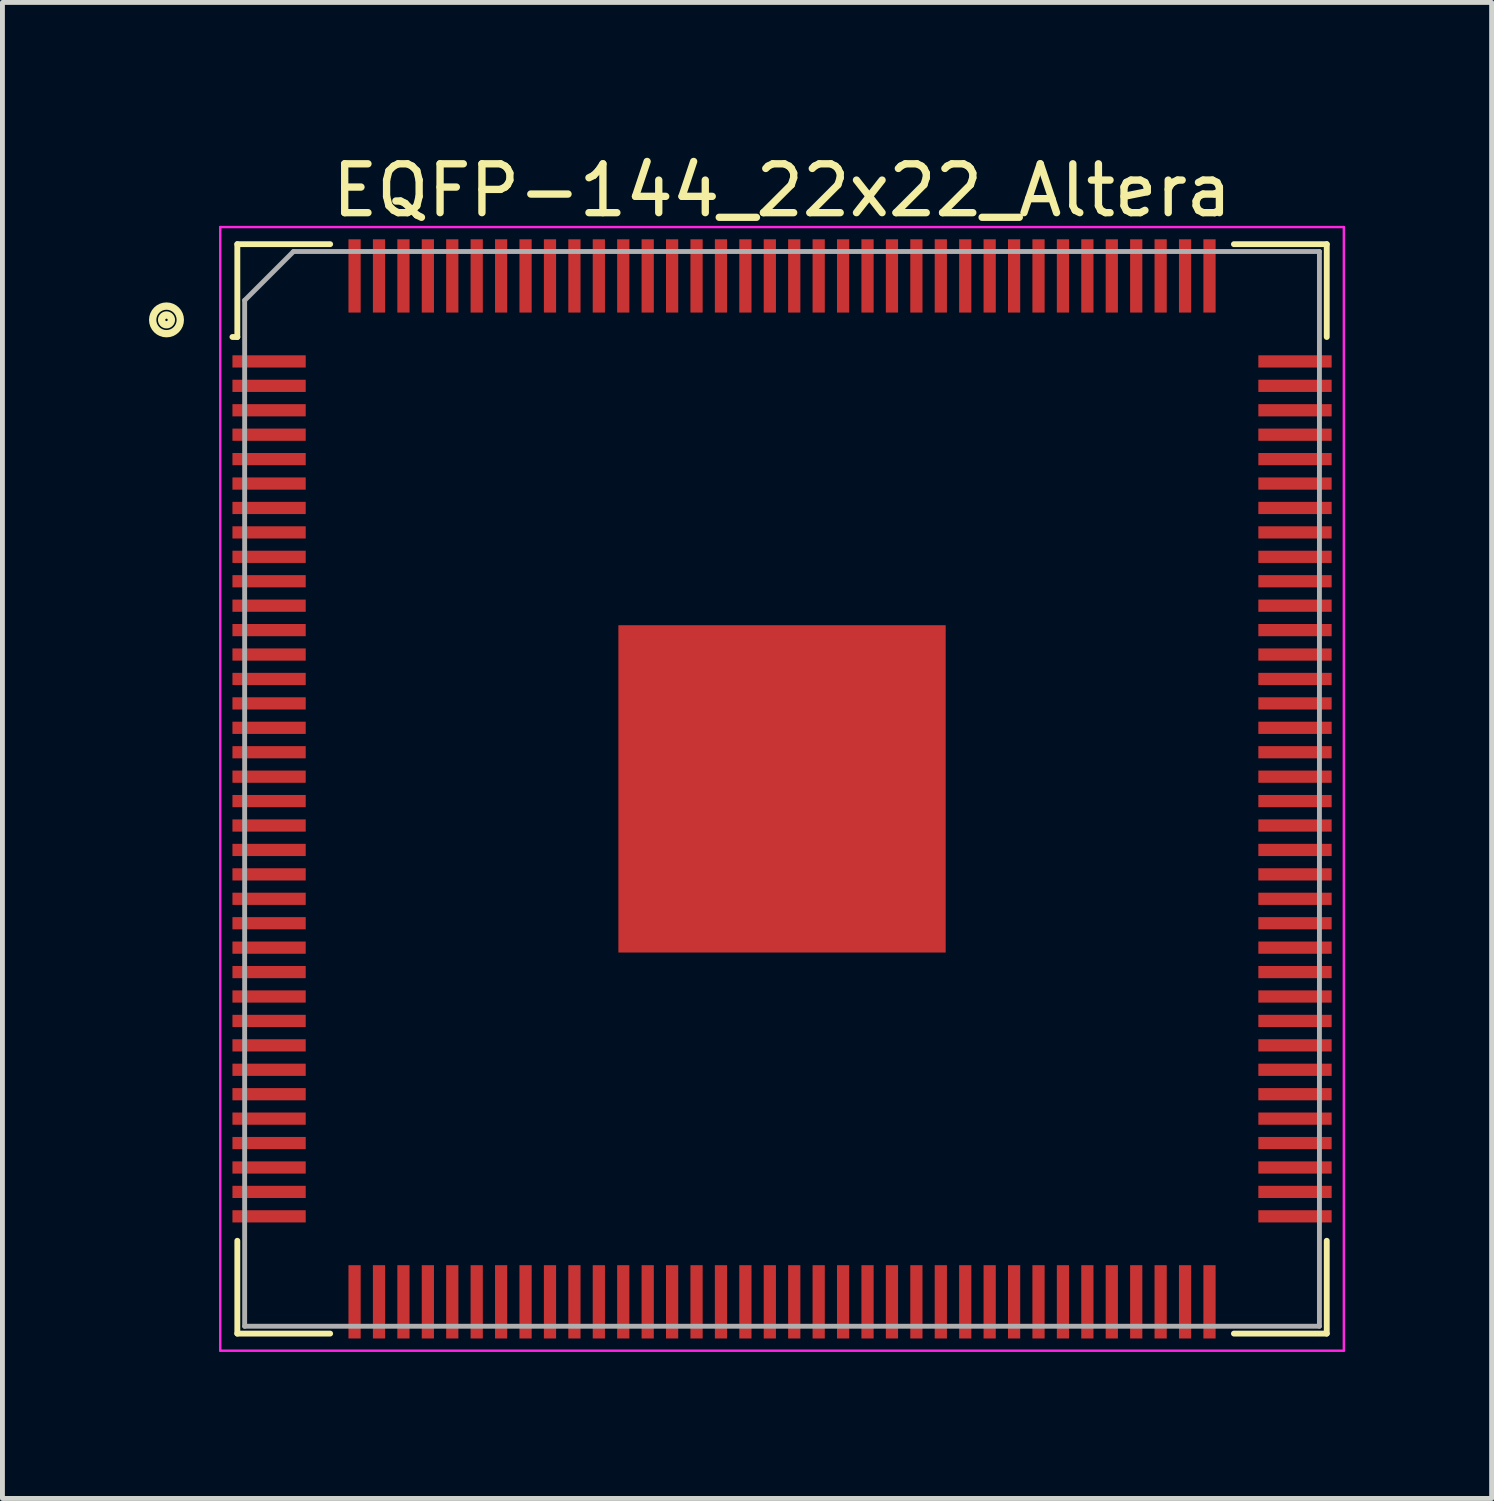
<source format=kicad_pcb>
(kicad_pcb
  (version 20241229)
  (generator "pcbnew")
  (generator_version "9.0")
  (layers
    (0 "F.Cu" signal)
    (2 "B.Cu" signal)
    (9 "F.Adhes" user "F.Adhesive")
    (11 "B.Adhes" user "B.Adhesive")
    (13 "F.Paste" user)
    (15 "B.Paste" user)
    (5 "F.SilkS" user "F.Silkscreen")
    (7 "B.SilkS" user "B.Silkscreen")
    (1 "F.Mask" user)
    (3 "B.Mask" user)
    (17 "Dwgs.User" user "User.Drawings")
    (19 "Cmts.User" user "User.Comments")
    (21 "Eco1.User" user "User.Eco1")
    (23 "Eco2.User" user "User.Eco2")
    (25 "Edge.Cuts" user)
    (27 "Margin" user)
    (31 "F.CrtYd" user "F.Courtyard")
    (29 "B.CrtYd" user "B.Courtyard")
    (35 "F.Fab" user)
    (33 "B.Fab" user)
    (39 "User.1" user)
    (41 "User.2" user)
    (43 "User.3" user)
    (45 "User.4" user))
  (footprint "EQFP-144_22x22_Altera"
    (layer "F.Cu")
    (at 12.958 13.098)
    (property "Reference" "EQFP-144_22x22_Altera" (at 0 -12.25 0) (layer "F.SilkS") (effects (font (size 1 1) (thickness 0.15))))
    (attr smd)
    (fp_line (start -11.15 -11.15) (end -11.15 -9.25) (stroke (width 0.12) (type solid)) (layer "F.SilkS"))
    (fp_line (start -11.15 -9.25) (end -11.25 -9.25) (stroke (width 0.12) (type solid)) (layer "F.SilkS"))
    (fp_line (start -11.15 11.15) (end -11.15 9.25) (stroke (width 0.12) (type solid)) (layer "F.SilkS"))
    (fp_line (start -9.25 -11.15) (end -11.15 -11.15) (stroke (width 0.12) (type solid)) (layer "F.SilkS"))
    (fp_line (start -9.25 11.15) (end -11.15 11.15) (stroke (width 0.12) (type solid)) (layer "F.SilkS"))
    (fp_line (start 9.25 -11.15) (end 11.15 -11.15) (stroke (width 0.12) (type solid)) (layer "F.SilkS"))
    (fp_line (start 9.25 11.15) (end 11.15 11.15) (stroke (width 0.12) (type solid)) (layer "F.SilkS"))
    (fp_line (start 11.15 -11.15) (end 11.15 -9.25) (stroke (width 0.12) (type solid)) (layer "F.SilkS"))
    (fp_line (start 11.15 11.15) (end 11.15 9.25) (stroke (width 0.12) (type solid)) (layer "F.SilkS"))
    (fp_circle (center -12.6 -9.6) (end -12.5 -9.6) (stroke (width 0.15) (type solid)) (fill no) (layer "F.SilkS"))
    (fp_circle (center -12.6 -9.6) (end -12.4 -9.4) (stroke (width 0.15) (type solid)) (fill no) (layer "F.SilkS"))
    (fp_line (start -11.5 -11.5) (end 11.5 -11.5) (stroke (width 0.05) (type solid)) (layer "F.CrtYd"))
    (fp_line (start -11.5 11.5) (end -11.5 -11.5) (stroke (width 0.05) (type solid)) (layer "F.CrtYd"))
    (fp_line (start 11.5 -11.5) (end 11.5 11.5) (stroke (width 0.05) (type solid)) (layer "F.CrtYd"))
    (fp_line (start 11.5 11.5) (end -11.5 11.5) (stroke (width 0.05) (type solid)) (layer "F.CrtYd"))
    (fp_line (start -11 -10) (end -11 11) (stroke (width 0.1) (type solid)) (layer "F.Fab"))
    (fp_line (start -11 11) (end 11 11) (stroke (width 0.1) (type solid)) (layer "F.Fab"))
    (fp_line (start -10 -11) (end -11 -10) (stroke (width 0.1) (type solid)) (layer "F.Fab"))
    (fp_line (start 11 -11) (end -10 -11) (stroke (width 0.1) (type solid)) (layer "F.Fab"))
    (fp_line (start 11 11) (end 11 -11) (stroke (width 0.1) (type solid)) (layer "F.Fab"))
    (pad "1" smd rect (at -10.5 -8.75 90) (size 0.25 1.5) (layers "F.Cu" "F.Mask" "F.Paste"))
    (pad "2" smd rect (at -10.5 -8.25 90) (size 0.25 1.5) (layers "F.Cu" "F.Mask" "F.Paste"))
    (pad "3" smd rect (at -10.5 -7.75 90) (size 0.25 1.5) (layers "F.Cu" "F.Mask" "F.Paste"))
    (pad "4" smd rect (at -10.5 -7.25 90) (size 0.25 1.5) (layers "F.Cu" "F.Mask" "F.Paste"))
    (pad "5" smd rect (at -10.5 -6.75 90) (size 0.25 1.5) (layers "F.Cu" "F.Mask" "F.Paste"))
    (pad "6" smd rect (at -10.5 -6.25 90) (size 0.25 1.5) (layers "F.Cu" "F.Mask" "F.Paste"))
    (pad "7" smd rect (at -10.5 -5.75 90) (size 0.25 1.5) (layers "F.Cu" "F.Mask" "F.Paste"))
    (pad "8" smd rect (at -10.5 -5.25 90) (size 0.25 1.5) (layers "F.Cu" "F.Mask" "F.Paste"))
    (pad "9" smd rect (at -10.5 -4.75 90) (size 0.25 1.5) (layers "F.Cu" "F.Mask" "F.Paste"))
    (pad "10" smd rect (at -10.5 -4.25 90) (size 0.25 1.5) (layers "F.Cu" "F.Mask" "F.Paste"))
    (pad "11" smd rect (at -10.5 -3.75 90) (size 0.25 1.5) (layers "F.Cu" "F.Mask" "F.Paste"))
    (pad "12" smd rect (at -10.5 -3.25 90) (size 0.25 1.5) (layers "F.Cu" "F.Mask" "F.Paste"))
    (pad "13" smd rect (at -10.5 -2.75 90) (size 0.25 1.5) (layers "F.Cu" "F.Mask" "F.Paste"))
    (pad "14" smd rect (at -10.5 -2.25 90) (size 0.25 1.5) (layers "F.Cu" "F.Mask" "F.Paste"))
    (pad "15" smd rect (at -10.5 -1.75 90) (size 0.25 1.5) (layers "F.Cu" "F.Mask" "F.Paste"))
    (pad "16" smd rect (at -10.5 -1.25 90) (size 0.25 1.5) (layers "F.Cu" "F.Mask" "F.Paste"))
    (pad "17" smd rect (at -10.5 -0.75 90) (size 0.25 1.5) (layers "F.Cu" "F.Mask" "F.Paste"))
    (pad "18" smd rect (at -10.5 -0.25 90) (size 0.25 1.5) (layers "F.Cu" "F.Mask" "F.Paste"))
    (pad "19" smd rect (at -10.5 0.25 90) (size 0.25 1.5) (layers "F.Cu" "F.Mask" "F.Paste"))
    (pad "20" smd rect (at -10.5 0.75 90) (size 0.25 1.5) (layers "F.Cu" "F.Mask" "F.Paste"))
    (pad "21" smd rect (at -10.5 1.25 90) (size 0.25 1.5) (layers "F.Cu" "F.Mask" "F.Paste"))
    (pad "22" smd rect (at -10.5 1.75 90) (size 0.25 1.5) (layers "F.Cu" "F.Mask" "F.Paste"))
    (pad "23" smd rect (at -10.5 2.25 90) (size 0.25 1.5) (layers "F.Cu" "F.Mask" "F.Paste"))
    (pad "24" smd rect (at -10.5 2.75 90) (size 0.25 1.5) (layers "F.Cu" "F.Mask" "F.Paste"))
    (pad "25" smd rect (at -10.5 3.25 90) (size 0.25 1.5) (layers "F.Cu" "F.Mask" "F.Paste"))
    (pad "26" smd rect (at -10.5 3.75 90) (size 0.25 1.5) (layers "F.Cu" "F.Mask" "F.Paste"))
    (pad "27" smd rect (at -10.5 4.25 90) (size 0.25 1.5) (layers "F.Cu" "F.Mask" "F.Paste"))
    (pad "28" smd rect (at -10.5 4.75 90) (size 0.25 1.5) (layers "F.Cu" "F.Mask" "F.Paste"))
    (pad "29" smd rect (at -10.5 5.25 90) (size 0.25 1.5) (layers "F.Cu" "F.Mask" "F.Paste"))
    (pad "30" smd rect (at -10.5 5.75 90) (size 0.25 1.5) (layers "F.Cu" "F.Mask" "F.Paste"))
    (pad "31" smd rect (at -10.5 6.25 90) (size 0.25 1.5) (layers "F.Cu" "F.Mask" "F.Paste"))
    (pad "32" smd rect (at -10.5 6.75 90) (size 0.25 1.5) (layers "F.Cu" "F.Mask" "F.Paste"))
    (pad "33" smd rect (at -10.5 7.25 90) (size 0.25 1.5) (layers "F.Cu" "F.Mask" "F.Paste"))
    (pad "34" smd rect (at -10.5 7.75 90) (size 0.25 1.5) (layers "F.Cu" "F.Mask" "F.Paste"))
    (pad "35" smd rect (at -10.5 8.25 90) (size 0.25 1.5) (layers "F.Cu" "F.Mask" "F.Paste"))
    (pad "36" smd rect (at -10.5 8.75 90) (size 0.25 1.5) (layers "F.Cu" "F.Mask" "F.Paste"))
    (pad "37" smd rect (at -8.75 10.5) (size 0.25 1.5) (layers "F.Cu" "F.Mask" "F.Paste"))
    (pad "38" smd rect (at -8.25 10.5) (size 0.25 1.5) (layers "F.Cu" "F.Mask" "F.Paste"))
    (pad "39" smd rect (at -7.75 10.5) (size 0.25 1.5) (layers "F.Cu" "F.Mask" "F.Paste"))
    (pad "40" smd rect (at -7.25 10.5) (size 0.25 1.5) (layers "F.Cu" "F.Mask" "F.Paste"))
    (pad "41" smd rect (at -6.75 10.5) (size 0.25 1.5) (layers "F.Cu" "F.Mask" "F.Paste"))
    (pad "42" smd rect (at -6.25 10.5) (size 0.25 1.5) (layers "F.Cu" "F.Mask" "F.Paste"))
    (pad "43" smd rect (at -5.75 10.5) (size 0.25 1.5) (layers "F.Cu" "F.Mask" "F.Paste"))
    (pad "44" smd rect (at -5.25 10.5) (size 0.25 1.5) (layers "F.Cu" "F.Mask" "F.Paste"))
    (pad "45" smd rect (at -4.75 10.5) (size 0.25 1.5) (layers "F.Cu" "F.Mask" "F.Paste"))
    (pad "46" smd rect (at -4.25 10.5) (size 0.25 1.5) (layers "F.Cu" "F.Mask" "F.Paste"))
    (pad "47" smd rect (at -3.75 10.5) (size 0.25 1.5) (layers "F.Cu" "F.Mask" "F.Paste"))
    (pad "48" smd rect (at -3.25 10.5) (size 0.25 1.5) (layers "F.Cu" "F.Mask" "F.Paste"))
    (pad "49" smd rect (at -2.75 10.5) (size 0.25 1.5) (layers "F.Cu" "F.Mask" "F.Paste"))
    (pad "50" smd rect (at -2.25 10.5) (size 0.25 1.5) (layers "F.Cu" "F.Mask" "F.Paste"))
    (pad "51" smd rect (at -1.75 10.5) (size 0.25 1.5) (layers "F.Cu" "F.Mask" "F.Paste"))
    (pad "52" smd rect (at -1.25 10.5) (size 0.25 1.5) (layers "F.Cu" "F.Mask" "F.Paste"))
    (pad "53" smd rect (at -0.75 10.5) (size 0.25 1.5) (layers "F.Cu" "F.Mask" "F.Paste"))
    (pad "54" smd rect (at -0.25 10.5) (size 0.25 1.5) (layers "F.Cu" "F.Mask" "F.Paste"))
    (pad "55" smd rect (at 0.25 10.5) (size 0.25 1.5) (layers "F.Cu" "F.Mask" "F.Paste"))
    (pad "56" smd rect (at 0.75 10.5) (size 0.25 1.5) (layers "F.Cu" "F.Mask" "F.Paste"))
    (pad "57" smd rect (at 1.25 10.5) (size 0.25 1.5) (layers "F.Cu" "F.Mask" "F.Paste"))
    (pad "58" smd rect (at 1.75 10.5) (size 0.25 1.5) (layers "F.Cu" "F.Mask" "F.Paste"))
    (pad "59" smd rect (at 2.25 10.5) (size 0.25 1.5) (layers "F.Cu" "F.Mask" "F.Paste"))
    (pad "60" smd rect (at 2.75 10.5) (size 0.25 1.5) (layers "F.Cu" "F.Mask" "F.Paste"))
    (pad "61" smd rect (at 3.25 10.5) (size 0.25 1.5) (layers "F.Cu" "F.Mask" "F.Paste"))
    (pad "62" smd rect (at 3.75 10.5) (size 0.25 1.5) (layers "F.Cu" "F.Mask" "F.Paste"))
    (pad "63" smd rect (at 4.25 10.5) (size 0.25 1.5) (layers "F.Cu" "F.Mask" "F.Paste"))
    (pad "64" smd rect (at 4.75 10.5) (size 0.25 1.5) (layers "F.Cu" "F.Mask" "F.Paste"))
    (pad "65" smd rect (at 5.25 10.5) (size 0.25 1.5) (layers "F.Cu" "F.Mask" "F.Paste"))
    (pad "66" smd rect (at 5.75 10.5) (size 0.25 1.5) (layers "F.Cu" "F.Mask" "F.Paste"))
    (pad "67" smd rect (at 6.25 10.5) (size 0.25 1.5) (layers "F.Cu" "F.Mask" "F.Paste"))
    (pad "68" smd rect (at 6.75 10.5) (size 0.25 1.5) (layers "F.Cu" "F.Mask" "F.Paste"))
    (pad "69" smd rect (at 7.25 10.5) (size 0.25 1.5) (layers "F.Cu" "F.Mask" "F.Paste"))
    (pad "70" smd rect (at 7.75 10.5) (size 0.25 1.5) (layers "F.Cu" "F.Mask" "F.Paste"))
    (pad "71" smd rect (at 8.25 10.5) (size 0.25 1.5) (layers "F.Cu" "F.Mask" "F.Paste"))
    (pad "72" smd rect (at 8.75 10.5) (size 0.25 1.5) (layers "F.Cu" "F.Mask" "F.Paste"))
    (pad "73" smd rect (at 10.5 8.75 90) (size 0.25 1.5) (layers "F.Cu" "F.Mask" "F.Paste"))
    (pad "74" smd rect (at 10.5 8.25 90) (size 0.25 1.5) (layers "F.Cu" "F.Mask" "F.Paste"))
    (pad "75" smd rect (at 10.5 7.75 90) (size 0.25 1.5) (layers "F.Cu" "F.Mask" "F.Paste"))
    (pad "76" smd rect (at 10.5 7.25 90) (size 0.25 1.5) (layers "F.Cu" "F.Mask" "F.Paste"))
    (pad "77" smd rect (at 10.5 6.75 90) (size 0.25 1.5) (layers "F.Cu" "F.Mask" "F.Paste"))
    (pad "78" smd rect (at 10.5 6.25 90) (size 0.25 1.5) (layers "F.Cu" "F.Mask" "F.Paste"))
    (pad "79" smd rect (at 10.5 5.75 90) (size 0.25 1.5) (layers "F.Cu" "F.Mask" "F.Paste"))
    (pad "80" smd rect (at 10.5 5.25 90) (size 0.25 1.5) (layers "F.Cu" "F.Mask" "F.Paste"))
    (pad "81" smd rect (at 10.5 4.75 90) (size 0.25 1.5) (layers "F.Cu" "F.Mask" "F.Paste"))
    (pad "82" smd rect (at 10.5 4.25 90) (size 0.25 1.5) (layers "F.Cu" "F.Mask" "F.Paste"))
    (pad "83" smd rect (at 10.5 3.75 90) (size 0.25 1.5) (layers "F.Cu" "F.Mask" "F.Paste"))
    (pad "84" smd rect (at 10.5 3.25 90) (size 0.25 1.5) (layers "F.Cu" "F.Mask" "F.Paste"))
    (pad "85" smd rect (at 10.5 2.75 90) (size 0.25 1.5) (layers "F.Cu" "F.Mask" "F.Paste"))
    (pad "86" smd rect (at 10.5 2.25 90) (size 0.25 1.5) (layers "F.Cu" "F.Mask" "F.Paste"))
    (pad "87" smd rect (at 10.5 1.75 90) (size 0.25 1.5) (layers "F.Cu" "F.Mask" "F.Paste"))
    (pad "88" smd rect (at 10.5 1.25 90) (size 0.25 1.5) (layers "F.Cu" "F.Mask" "F.Paste"))
    (pad "89" smd rect (at 10.5 0.75 90) (size 0.25 1.5) (layers "F.Cu" "F.Mask" "F.Paste"))
    (pad "90" smd rect (at 10.5 0.25 90) (size 0.25 1.5) (layers "F.Cu" "F.Mask" "F.Paste"))
    (pad "91" smd rect (at 10.5 -0.25 90) (size 0.25 1.5) (layers "F.Cu" "F.Mask" "F.Paste"))
    (pad "92" smd rect (at 10.5 -0.75 90) (size 0.25 1.5) (layers "F.Cu" "F.Mask" "F.Paste"))
    (pad "93" smd rect (at 10.5 -1.25 90) (size 0.25 1.5) (layers "F.Cu" "F.Mask" "F.Paste"))
    (pad "94" smd rect (at 10.5 -1.75 90) (size 0.25 1.5) (layers "F.Cu" "F.Mask" "F.Paste"))
    (pad "95" smd rect (at 10.5 -2.25 90) (size 0.25 1.5) (layers "F.Cu" "F.Mask" "F.Paste"))
    (pad "96" smd rect (at 10.5 -2.75 90) (size 0.25 1.5) (layers "F.Cu" "F.Mask" "F.Paste"))
    (pad "97" smd rect (at 10.5 -3.25 90) (size 0.25 1.5) (layers "F.Cu" "F.Mask" "F.Paste"))
    (pad "98" smd rect (at 10.5 -3.75 90) (size 0.25 1.5) (layers "F.Cu" "F.Mask" "F.Paste"))
    (pad "99" smd rect (at 10.5 -4.25 90) (size 0.25 1.5) (layers "F.Cu" "F.Mask" "F.Paste"))
    (pad "100" smd rect (at 10.5 -4.75 90) (size 0.25 1.5) (layers "F.Cu" "F.Mask" "F.Paste"))
    (pad "101" smd rect (at 10.5 -5.25 90) (size 0.25 1.5) (layers "F.Cu" "F.Mask" "F.Paste"))
    (pad "102" smd rect (at 10.5 -5.75 90) (size 0.25 1.5) (layers "F.Cu" "F.Mask" "F.Paste"))
    (pad "103" smd rect (at 10.5 -6.25 90) (size 0.25 1.5) (layers "F.Cu" "F.Mask" "F.Paste"))
    (pad "104" smd rect (at 10.5 -6.75 90) (size 0.25 1.5) (layers "F.Cu" "F.Mask" "F.Paste"))
    (pad "105" smd rect (at 10.5 -7.25 90) (size 0.25 1.5) (layers "F.Cu" "F.Mask" "F.Paste"))
    (pad "106" smd rect (at 10.5 -7.75 90) (size 0.25 1.5) (layers "F.Cu" "F.Mask" "F.Paste"))
    (pad "107" smd rect (at 10.5 -8.25 90) (size 0.25 1.5) (layers "F.Cu" "F.Mask" "F.Paste"))
    (pad "108" smd rect (at 10.5 -8.75 90) (size 0.25 1.5) (layers "F.Cu" "F.Mask" "F.Paste"))
    (pad "109" smd rect (at 8.75 -10.5) (size 0.25 1.5) (layers "F.Cu" "F.Mask" "F.Paste"))
    (pad "110" smd rect (at 8.25 -10.5) (size 0.25 1.5) (layers "F.Cu" "F.Mask" "F.Paste"))
    (pad "111" smd rect (at 7.75 -10.5) (size 0.25 1.5) (layers "F.Cu" "F.Mask" "F.Paste"))
    (pad "112" smd rect (at 7.25 -10.5) (size 0.25 1.5) (layers "F.Cu" "F.Mask" "F.Paste"))
    (pad "113" smd rect (at 6.75 -10.5) (size 0.25 1.5) (layers "F.Cu" "F.Mask" "F.Paste"))
    (pad "114" smd rect (at 6.25 -10.5) (size 0.25 1.5) (layers "F.Cu" "F.Mask" "F.Paste"))
    (pad "115" smd rect (at 5.75 -10.5) (size 0.25 1.5) (layers "F.Cu" "F.Mask" "F.Paste"))
    (pad "116" smd rect (at 5.25 -10.5) (size 0.25 1.5) (layers "F.Cu" "F.Mask" "F.Paste"))
    (pad "117" smd rect (at 4.75 -10.5) (size 0.25 1.5) (layers "F.Cu" "F.Mask" "F.Paste"))
    (pad "118" smd rect (at 4.25 -10.5) (size 0.25 1.5) (layers "F.Cu" "F.Mask" "F.Paste"))
    (pad "119" smd rect (at 3.75 -10.5) (size 0.25 1.5) (layers "F.Cu" "F.Mask" "F.Paste"))
    (pad "120" smd rect (at 3.25 -10.5) (size 0.25 1.5) (layers "F.Cu" "F.Mask" "F.Paste"))
    (pad "121" smd rect (at 2.75 -10.5) (size 0.25 1.5) (layers "F.Cu" "F.Mask" "F.Paste"))
    (pad "122" smd rect (at 2.25 -10.5) (size 0.25 1.5) (layers "F.Cu" "F.Mask" "F.Paste"))
    (pad "123" smd rect (at 1.75 -10.5) (size 0.25 1.5) (layers "F.Cu" "F.Mask" "F.Paste"))
    (pad "124" smd rect (at 1.25 -10.5) (size 0.25 1.5) (layers "F.Cu" "F.Mask" "F.Paste"))
    (pad "125" smd rect (at 0.75 -10.5) (size 0.25 1.5) (layers "F.Cu" "F.Mask" "F.Paste"))
    (pad "126" smd rect (at 0.25 -10.5) (size 0.25 1.5) (layers "F.Cu" "F.Mask" "F.Paste"))
    (pad "127" smd rect (at -0.25 -10.5) (size 0.25 1.5) (layers "F.Cu" "F.Mask" "F.Paste"))
    (pad "128" smd rect (at -0.75 -10.5) (size 0.25 1.5) (layers "F.Cu" "F.Mask" "F.Paste"))
    (pad "129" smd rect (at -1.25 -10.5) (size 0.25 1.5) (layers "F.Cu" "F.Mask" "F.Paste"))
    (pad "130" smd rect (at -1.75 -10.5) (size 0.25 1.5) (layers "F.Cu" "F.Mask" "F.Paste"))
    (pad "131" smd rect (at -2.25 -10.5) (size 0.25 1.5) (layers "F.Cu" "F.Mask" "F.Paste"))
    (pad "132" smd rect (at -2.75 -10.5) (size 0.25 1.5) (layers "F.Cu" "F.Mask" "F.Paste"))
    (pad "133" smd rect (at -3.25 -10.5) (size 0.25 1.5) (layers "F.Cu" "F.Mask" "F.Paste"))
    (pad "134" smd rect (at -3.75 -10.5) (size 0.25 1.5) (layers "F.Cu" "F.Mask" "F.Paste"))
    (pad "135" smd rect (at -4.25 -10.5) (size 0.25 1.5) (layers "F.Cu" "F.Mask" "F.Paste"))
    (pad "136" smd rect (at -4.75 -10.5) (size 0.25 1.5) (layers "F.Cu" "F.Mask" "F.Paste"))
    (pad "137" smd rect (at -5.25 -10.5) (size 0.25 1.5) (layers "F.Cu" "F.Mask" "F.Paste"))
    (pad "138" smd rect (at -5.75 -10.5) (size 0.25 1.5) (layers "F.Cu" "F.Mask" "F.Paste"))
    (pad "139" smd rect (at -6.25 -10.5) (size 0.25 1.5) (layers "F.Cu" "F.Mask" "F.Paste"))
    (pad "140" smd rect (at -6.75 -10.5) (size 0.25 1.5) (layers "F.Cu" "F.Mask" "F.Paste"))
    (pad "141" smd rect (at -7.25 -10.5) (size 0.25 1.5) (layers "F.Cu" "F.Mask" "F.Paste"))
    (pad "142" smd rect (at -7.75 -10.5) (size 0.25 1.5) (layers "F.Cu" "F.Mask" "F.Paste"))
    (pad "143" smd rect (at -8.25 -10.5) (size 0.25 1.5) (layers "F.Cu" "F.Mask" "F.Paste"))
    (pad "144" smd rect (at -8.75 -10.5) (size 0.25 1.5) (layers "F.Cu" "F.Mask" "F.Paste"))
    (pad "145" smd rect (at 0 0) (size 6.7 6.7) (layers "F.Cu" "F.Mask" "F.Paste")))
  (gr_rect
    (start -3 -3)
    (end 27.483 27.623)
    (stroke (width 0.1) (type default))
    (fill no)
    (layer "Edge.Cuts")))
</source>
